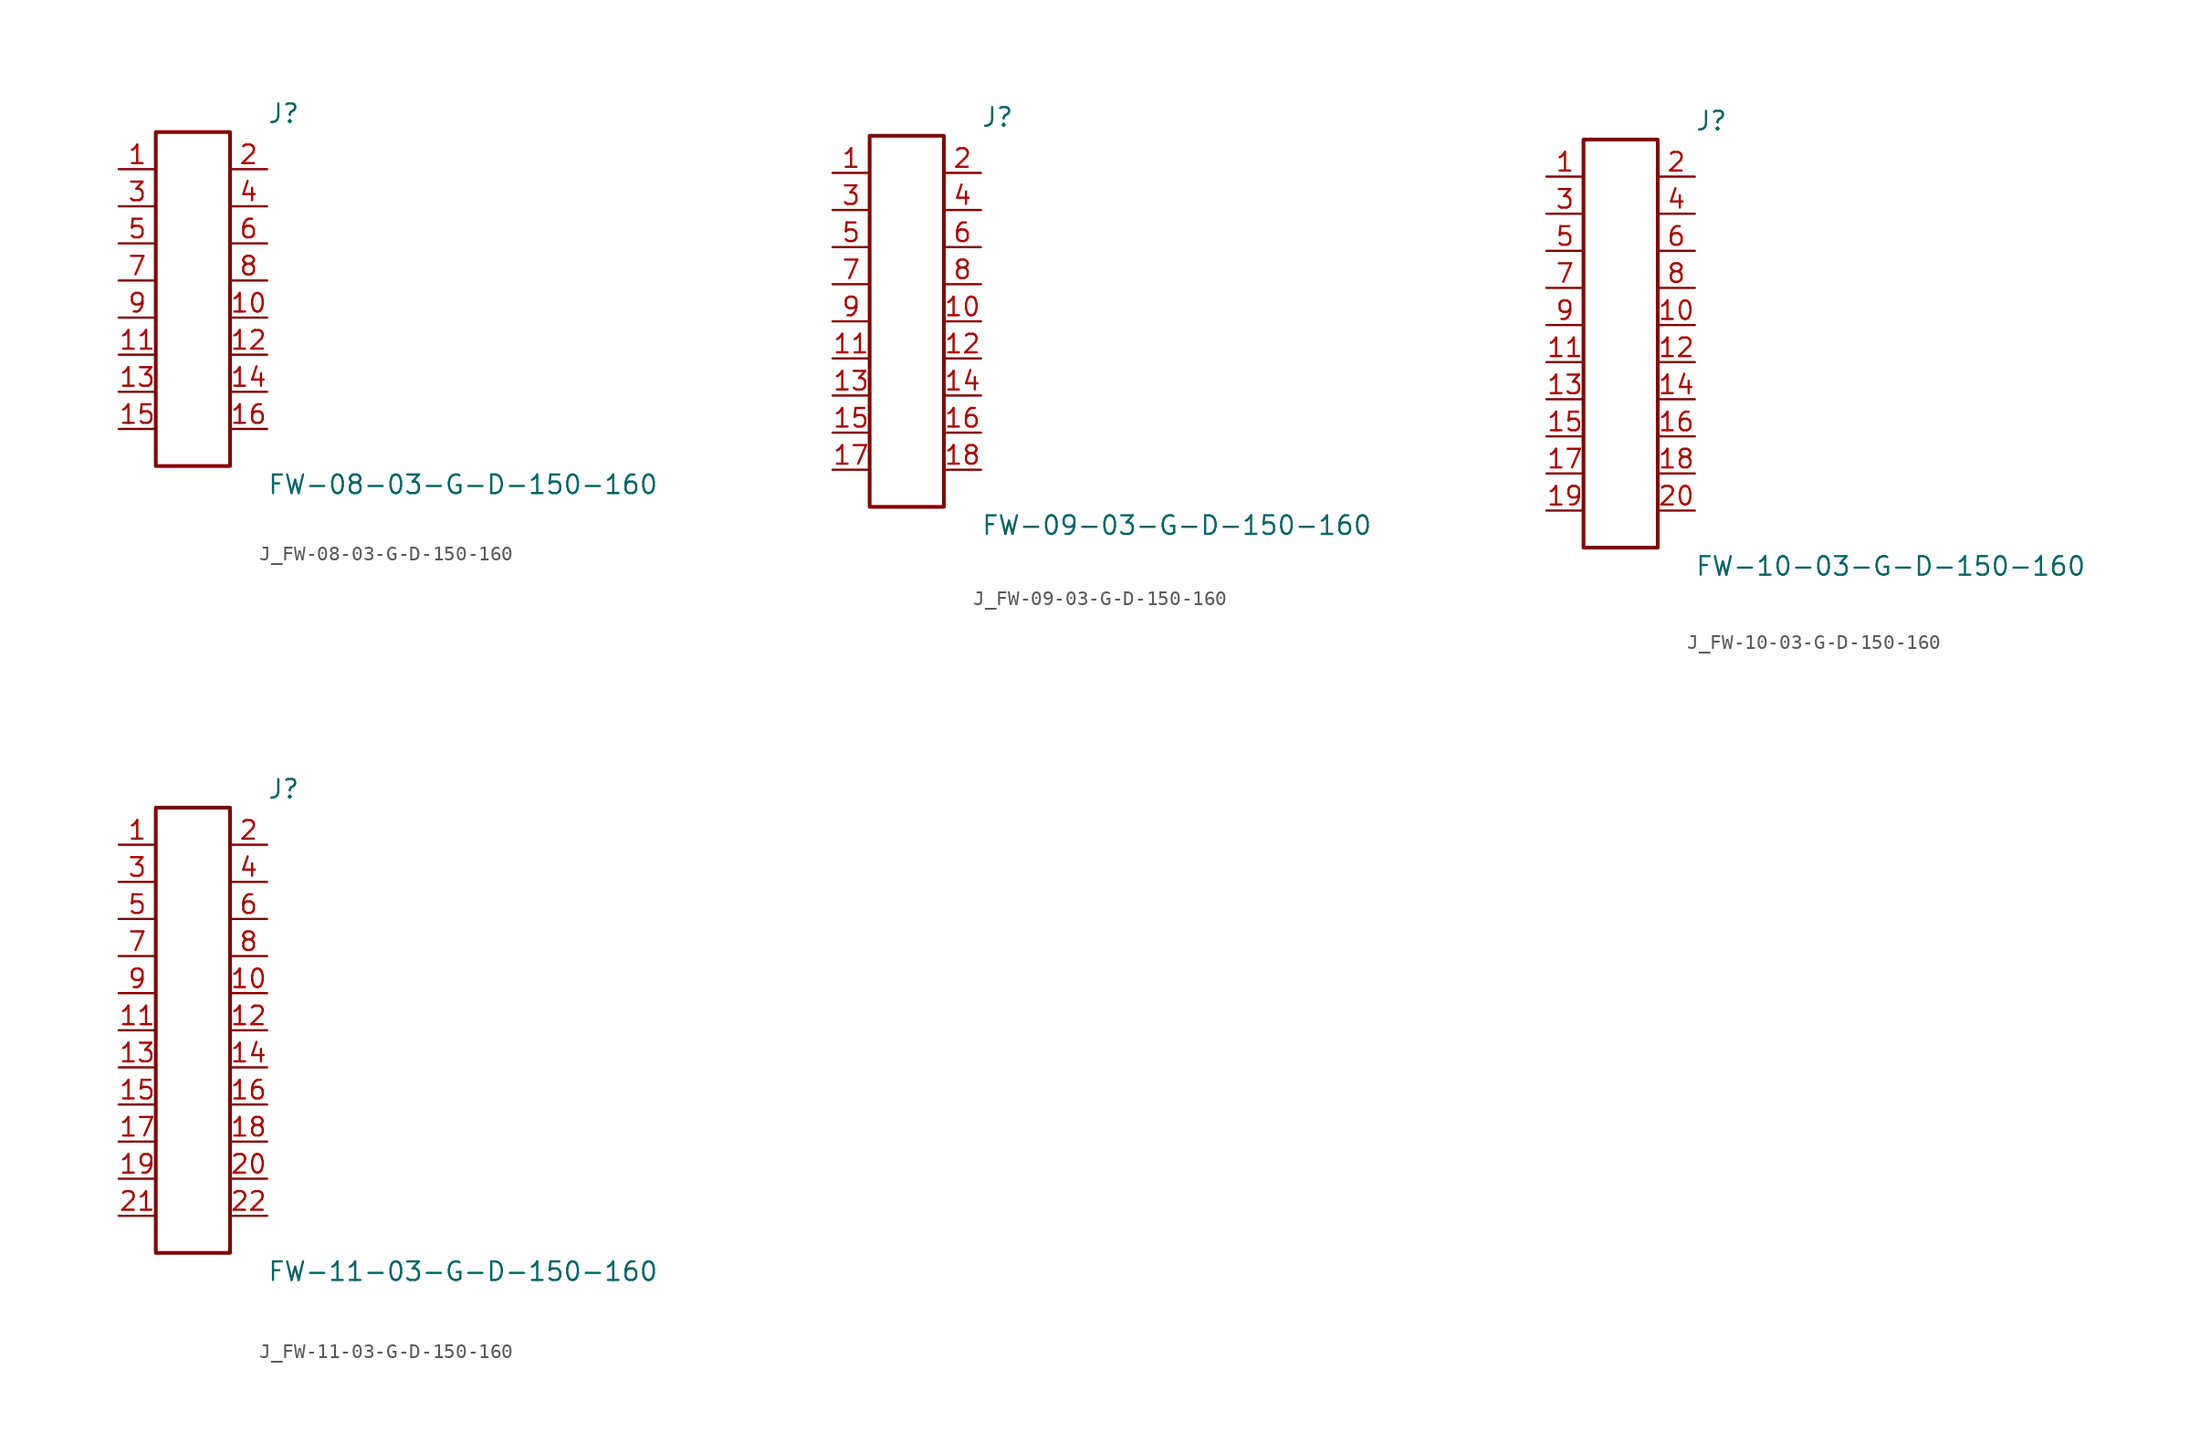
<source format=kicad_sym>
(kicad_symbol_lib
  (version 20231120)
  (generator kicad_symbol_editor)
  (generator_version 8.0)
  (symbol "J_FW-08-03-G-D-150-160"
    (pin_names
      (offset 0.254))
    (property "Reference" "J"
      (at 5.08 12.7 0)
      (effects (font (size 1.27 1.27)) (justify left)))
    (property "Value" "FW-08-03-G-D-150-160"
      (at 5.08 -12.7 0)
      (effects (font (size 1.27 1.27)) (justify left)))
    (symbol "J_FW-08-03-G-D-150-160_0_0"
      (pin passive line (at -5.08 8.89 0) (length 2.54) (name "" (effects (font (size 1.27 1.27)))) (number "1" (effects (font (size 1.27 1.27)))))
      (pin passive line (at 5.08 8.89 180) (length 2.54) (name "" (effects (font (size 1.27 1.27)))) (number "2" (effects (font (size 1.27 1.27)))))
      (pin passive line (at -5.08 6.35 0) (length 2.54) (name "" (effects (font (size 1.27 1.27)))) (number "3" (effects (font (size 1.27 1.27)))))
      (pin passive line (at 5.08 6.35 180) (length 2.54) (name "" (effects (font (size 1.27 1.27)))) (number "4" (effects (font (size 1.27 1.27)))))
      (pin passive line (at -5.08 3.81 0) (length 2.54) (name "" (effects (font (size 1.27 1.27)))) (number "5" (effects (font (size 1.27 1.27)))))
      (pin passive line (at 5.08 3.81 180) (length 2.54) (name "" (effects (font (size 1.27 1.27)))) (number "6" (effects (font (size 1.27 1.27)))))
      (pin passive line (at -5.08 1.27 0) (length 2.54) (name "" (effects (font (size 1.27 1.27)))) (number "7" (effects (font (size 1.27 1.27)))))
      (pin passive line (at 5.08 1.27 180) (length 2.54) (name "" (effects (font (size 1.27 1.27)))) (number "8" (effects (font (size 1.27 1.27)))))
      (pin passive line (at -5.08 -1.27 0) (length 2.54) (name "" (effects (font (size 1.27 1.27)))) (number "9" (effects (font (size 1.27 1.27)))))
      (pin passive line (at 5.08 -1.27 180) (length 2.54) (name "" (effects (font (size 1.27 1.27)))) (number "10" (effects (font (size 1.27 1.27)))))
      (pin passive line (at -5.08 -3.81 0) (length 2.54) (name "" (effects (font (size 1.27 1.27)))) (number "11" (effects (font (size 1.27 1.27)))))
      (pin passive line (at 5.08 -3.81 180) (length 2.54) (name "" (effects (font (size 1.27 1.27)))) (number "12" (effects (font (size 1.27 1.27)))))
      (pin passive line (at -5.08 -6.35 0) (length 2.54) (name "" (effects (font (size 1.27 1.27)))) (number "13" (effects (font (size 1.27 1.27)))))
      (pin passive line (at 5.08 -6.35 180) (length 2.54) (name "" (effects (font (size 1.27 1.27)))) (number "14" (effects (font (size 1.27 1.27)))))
      (pin passive line (at -5.08 -8.89 0) (length 2.54) (name "" (effects (font (size 1.27 1.27)))) (number "15" (effects (font (size 1.27 1.27)))))
      (pin passive line (at 5.08 -8.89 180) (length 2.54) (name "" (effects (font (size 1.27 1.27)))) (number "16" (effects (font (size 1.27 1.27))))))
    (symbol "J_FW-08-03-G-D-150-160_1_0"
      (rectangle (start -2.54 11.43) (end 2.54 -11.43) (stroke (width 0.254) (type solid)) (fill (type none)))))
  (symbol "J_FW-09-03-G-D-150-160"
    (pin_names
      (offset 0.254))
    (property "Reference" "J"
      (at 5.08 13.97 0)
      (effects (font (size 1.27 1.27)) (justify left)))
    (property "Value" "FW-09-03-G-D-150-160"
      (at 5.08 -13.97 0)
      (effects (font (size 1.27 1.27)) (justify left)))
    (symbol "J_FW-09-03-G-D-150-160_0_0"
      (pin passive line (at -5.08 10.16 0) (length 2.54) (name "" (effects (font (size 1.27 1.27)))) (number "1" (effects (font (size 1.27 1.27)))))
      (pin passive line (at 5.08 10.16 180) (length 2.54) (name "" (effects (font (size 1.27 1.27)))) (number "2" (effects (font (size 1.27 1.27)))))
      (pin passive line (at -5.08 7.62 0) (length 2.54) (name "" (effects (font (size 1.27 1.27)))) (number "3" (effects (font (size 1.27 1.27)))))
      (pin passive line (at 5.08 7.62 180) (length 2.54) (name "" (effects (font (size 1.27 1.27)))) (number "4" (effects (font (size 1.27 1.27)))))
      (pin passive line (at -5.08 5.08 0) (length 2.54) (name "" (effects (font (size 1.27 1.27)))) (number "5" (effects (font (size 1.27 1.27)))))
      (pin passive line (at 5.08 5.08 180) (length 2.54) (name "" (effects (font (size 1.27 1.27)))) (number "6" (effects (font (size 1.27 1.27)))))
      (pin passive line (at -5.08 2.54 0) (length 2.54) (name "" (effects (font (size 1.27 1.27)))) (number "7" (effects (font (size 1.27 1.27)))))
      (pin passive line (at 5.08 2.54 180) (length 2.54) (name "" (effects (font (size 1.27 1.27)))) (number "8" (effects (font (size 1.27 1.27)))))
      (pin passive line (at -5.08 0.0 0) (length 2.54) (name "" (effects (font (size 1.27 1.27)))) (number "9" (effects (font (size 1.27 1.27)))))
      (pin passive line (at 5.08 0.0 180) (length 2.54) (name "" (effects (font (size 1.27 1.27)))) (number "10" (effects (font (size 1.27 1.27)))))
      (pin passive line (at -5.08 -2.54 0) (length 2.54) (name "" (effects (font (size 1.27 1.27)))) (number "11" (effects (font (size 1.27 1.27)))))
      (pin passive line (at 5.08 -2.54 180) (length 2.54) (name "" (effects (font (size 1.27 1.27)))) (number "12" (effects (font (size 1.27 1.27)))))
      (pin passive line (at -5.08 -5.08 0) (length 2.54) (name "" (effects (font (size 1.27 1.27)))) (number "13" (effects (font (size 1.27 1.27)))))
      (pin passive line (at 5.08 -5.08 180) (length 2.54) (name "" (effects (font (size 1.27 1.27)))) (number "14" (effects (font (size 1.27 1.27)))))
      (pin passive line (at -5.08 -7.62 0) (length 2.54) (name "" (effects (font (size 1.27 1.27)))) (number "15" (effects (font (size 1.27 1.27)))))
      (pin passive line (at 5.08 -7.62 180) (length 2.54) (name "" (effects (font (size 1.27 1.27)))) (number "16" (effects (font (size 1.27 1.27)))))
      (pin passive line (at -5.08 -10.16 0) (length 2.54) (name "" (effects (font (size 1.27 1.27)))) (number "17" (effects (font (size 1.27 1.27)))))
      (pin passive line (at 5.08 -10.16 180) (length 2.54) (name "" (effects (font (size 1.27 1.27)))) (number "18" (effects (font (size 1.27 1.27))))))
    (symbol "J_FW-09-03-G-D-150-160_1_0"
      (rectangle (start -2.54 12.7) (end 2.54 -12.7) (stroke (width 0.254) (type solid)) (fill (type none)))))
  (symbol "J_FW-10-03-G-D-150-160"
    (pin_names
      (offset 0.254))
    (property "Reference" "J"
      (at 5.08 15.24 0)
      (effects (font (size 1.27 1.27)) (justify left)))
    (property "Value" "FW-10-03-G-D-150-160"
      (at 5.08 -15.24 0)
      (effects (font (size 1.27 1.27)) (justify left)))
    (symbol "J_FW-10-03-G-D-150-160_0_0"
      (pin passive line (at -5.08 11.43 0) (length 2.54) (name "" (effects (font (size 1.27 1.27)))) (number "1" (effects (font (size 1.27 1.27)))))
      (pin passive line (at 5.08 11.43 180) (length 2.54) (name "" (effects (font (size 1.27 1.27)))) (number "2" (effects (font (size 1.27 1.27)))))
      (pin passive line (at -5.08 8.89 0) (length 2.54) (name "" (effects (font (size 1.27 1.27)))) (number "3" (effects (font (size 1.27 1.27)))))
      (pin passive line (at 5.08 8.89 180) (length 2.54) (name "" (effects (font (size 1.27 1.27)))) (number "4" (effects (font (size 1.27 1.27)))))
      (pin passive line (at -5.08 6.35 0) (length 2.54) (name "" (effects (font (size 1.27 1.27)))) (number "5" (effects (font (size 1.27 1.27)))))
      (pin passive line (at 5.08 6.35 180) (length 2.54) (name "" (effects (font (size 1.27 1.27)))) (number "6" (effects (font (size 1.27 1.27)))))
      (pin passive line (at -5.08 3.81 0) (length 2.54) (name "" (effects (font (size 1.27 1.27)))) (number "7" (effects (font (size 1.27 1.27)))))
      (pin passive line (at 5.08 3.81 180) (length 2.54) (name "" (effects (font (size 1.27 1.27)))) (number "8" (effects (font (size 1.27 1.27)))))
      (pin passive line (at -5.08 1.27 0) (length 2.54) (name "" (effects (font (size 1.27 1.27)))) (number "9" (effects (font (size 1.27 1.27)))))
      (pin passive line (at 5.08 1.27 180) (length 2.54) (name "" (effects (font (size 1.27 1.27)))) (number "10" (effects (font (size 1.27 1.27)))))
      (pin passive line (at -5.08 -1.27 0) (length 2.54) (name "" (effects (font (size 1.27 1.27)))) (number "11" (effects (font (size 1.27 1.27)))))
      (pin passive line (at 5.08 -1.27 180) (length 2.54) (name "" (effects (font (size 1.27 1.27)))) (number "12" (effects (font (size 1.27 1.27)))))
      (pin passive line (at -5.08 -3.81 0) (length 2.54) (name "" (effects (font (size 1.27 1.27)))) (number "13" (effects (font (size 1.27 1.27)))))
      (pin passive line (at 5.08 -3.81 180) (length 2.54) (name "" (effects (font (size 1.27 1.27)))) (number "14" (effects (font (size 1.27 1.27)))))
      (pin passive line (at -5.08 -6.35 0) (length 2.54) (name "" (effects (font (size 1.27 1.27)))) (number "15" (effects (font (size 1.27 1.27)))))
      (pin passive line (at 5.08 -6.35 180) (length 2.54) (name "" (effects (font (size 1.27 1.27)))) (number "16" (effects (font (size 1.27 1.27)))))
      (pin passive line (at -5.08 -8.89 0) (length 2.54) (name "" (effects (font (size 1.27 1.27)))) (number "17" (effects (font (size 1.27 1.27)))))
      (pin passive line (at 5.08 -8.89 180) (length 2.54) (name "" (effects (font (size 1.27 1.27)))) (number "18" (effects (font (size 1.27 1.27)))))
      (pin passive line (at -5.08 -11.43 0) (length 2.54) (name "" (effects (font (size 1.27 1.27)))) (number "19" (effects (font (size 1.27 1.27)))))
      (pin passive line (at 5.08 -11.43 180) (length 2.54) (name "" (effects (font (size 1.27 1.27)))) (number "20" (effects (font (size 1.27 1.27))))))
    (symbol "J_FW-10-03-G-D-150-160_1_0"
      (rectangle (start -2.54 13.97) (end 2.54 -13.97) (stroke (width 0.254) (type solid)) (fill (type none)))))
  (symbol "J_FW-11-03-G-D-150-160"
    (pin_names
      (offset 0.254))
    (property "Reference" "J"
      (at 5.08 16.51 0)
      (effects (font (size 1.27 1.27)) (justify left)))
    (property "Value" "FW-11-03-G-D-150-160"
      (at 5.08 -16.51 0)
      (effects (font (size 1.27 1.27)) (justify left)))
    (symbol "J_FW-11-03-G-D-150-160_0_0"
      (pin passive line (at -5.08 12.7 0) (length 2.54) (name "" (effects (font (size 1.27 1.27)))) (number "1" (effects (font (size 1.27 1.27)))))
      (pin passive line (at 5.08 12.7 180) (length 2.54) (name "" (effects (font (size 1.27 1.27)))) (number "2" (effects (font (size 1.27 1.27)))))
      (pin passive line (at -5.08 10.16 0) (length 2.54) (name "" (effects (font (size 1.27 1.27)))) (number "3" (effects (font (size 1.27 1.27)))))
      (pin passive line (at 5.08 10.16 180) (length 2.54) (name "" (effects (font (size 1.27 1.27)))) (number "4" (effects (font (size 1.27 1.27)))))
      (pin passive line (at -5.08 7.62 0) (length 2.54) (name "" (effects (font (size 1.27 1.27)))) (number "5" (effects (font (size 1.27 1.27)))))
      (pin passive line (at 5.08 7.62 180) (length 2.54) (name "" (effects (font (size 1.27 1.27)))) (number "6" (effects (font (size 1.27 1.27)))))
      (pin passive line (at -5.08 5.08 0) (length 2.54) (name "" (effects (font (size 1.27 1.27)))) (number "7" (effects (font (size 1.27 1.27)))))
      (pin passive line (at 5.08 5.08 180) (length 2.54) (name "" (effects (font (size 1.27 1.27)))) (number "8" (effects (font (size 1.27 1.27)))))
      (pin passive line (at -5.08 2.54 0) (length 2.54) (name "" (effects (font (size 1.27 1.27)))) (number "9" (effects (font (size 1.27 1.27)))))
      (pin passive line (at 5.08 2.54 180) (length 2.54) (name "" (effects (font (size 1.27 1.27)))) (number "10" (effects (font (size 1.27 1.27)))))
      (pin passive line (at -5.08 0.0 0) (length 2.54) (name "" (effects (font (size 1.27 1.27)))) (number "11" (effects (font (size 1.27 1.27)))))
      (pin passive line (at 5.08 0.0 180) (length 2.54) (name "" (effects (font (size 1.27 1.27)))) (number "12" (effects (font (size 1.27 1.27)))))
      (pin passive line (at -5.08 -2.54 0) (length 2.54) (name "" (effects (font (size 1.27 1.27)))) (number "13" (effects (font (size 1.27 1.27)))))
      (pin passive line (at 5.08 -2.54 180) (length 2.54) (name "" (effects (font (size 1.27 1.27)))) (number "14" (effects (font (size 1.27 1.27)))))
      (pin passive line (at -5.08 -5.08 0) (length 2.54) (name "" (effects (font (size 1.27 1.27)))) (number "15" (effects (font (size 1.27 1.27)))))
      (pin passive line (at 5.08 -5.08 180) (length 2.54) (name "" (effects (font (size 1.27 1.27)))) (number "16" (effects (font (size 1.27 1.27)))))
      (pin passive line (at -5.08 -7.62 0) (length 2.54) (name "" (effects (font (size 1.27 1.27)))) (number "17" (effects (font (size 1.27 1.27)))))
      (pin passive line (at 5.08 -7.62 180) (length 2.54) (name "" (effects (font (size 1.27 1.27)))) (number "18" (effects (font (size 1.27 1.27)))))
      (pin passive line (at -5.08 -10.16 0) (length 2.54) (name "" (effects (font (size 1.27 1.27)))) (number "19" (effects (font (size 1.27 1.27)))))
      (pin passive line (at 5.08 -10.16 180) (length 2.54) (name "" (effects (font (size 1.27 1.27)))) (number "20" (effects (font (size 1.27 1.27)))))
      (pin passive line (at -5.08 -12.7 0) (length 2.54) (name "" (effects (font (size 1.27 1.27)))) (number "21" (effects (font (size 1.27 1.27)))))
      (pin passive line (at 5.08 -12.7 180) (length 2.54) (name "" (effects (font (size 1.27 1.27)))) (number "22" (effects (font (size 1.27 1.27))))))
    (symbol "J_FW-11-03-G-D-150-160_1_0"
      (rectangle (start -2.54 15.24) (end 2.54 -15.24) (stroke (width 0.254) (type solid)) (fill (type none))))))
</source>
